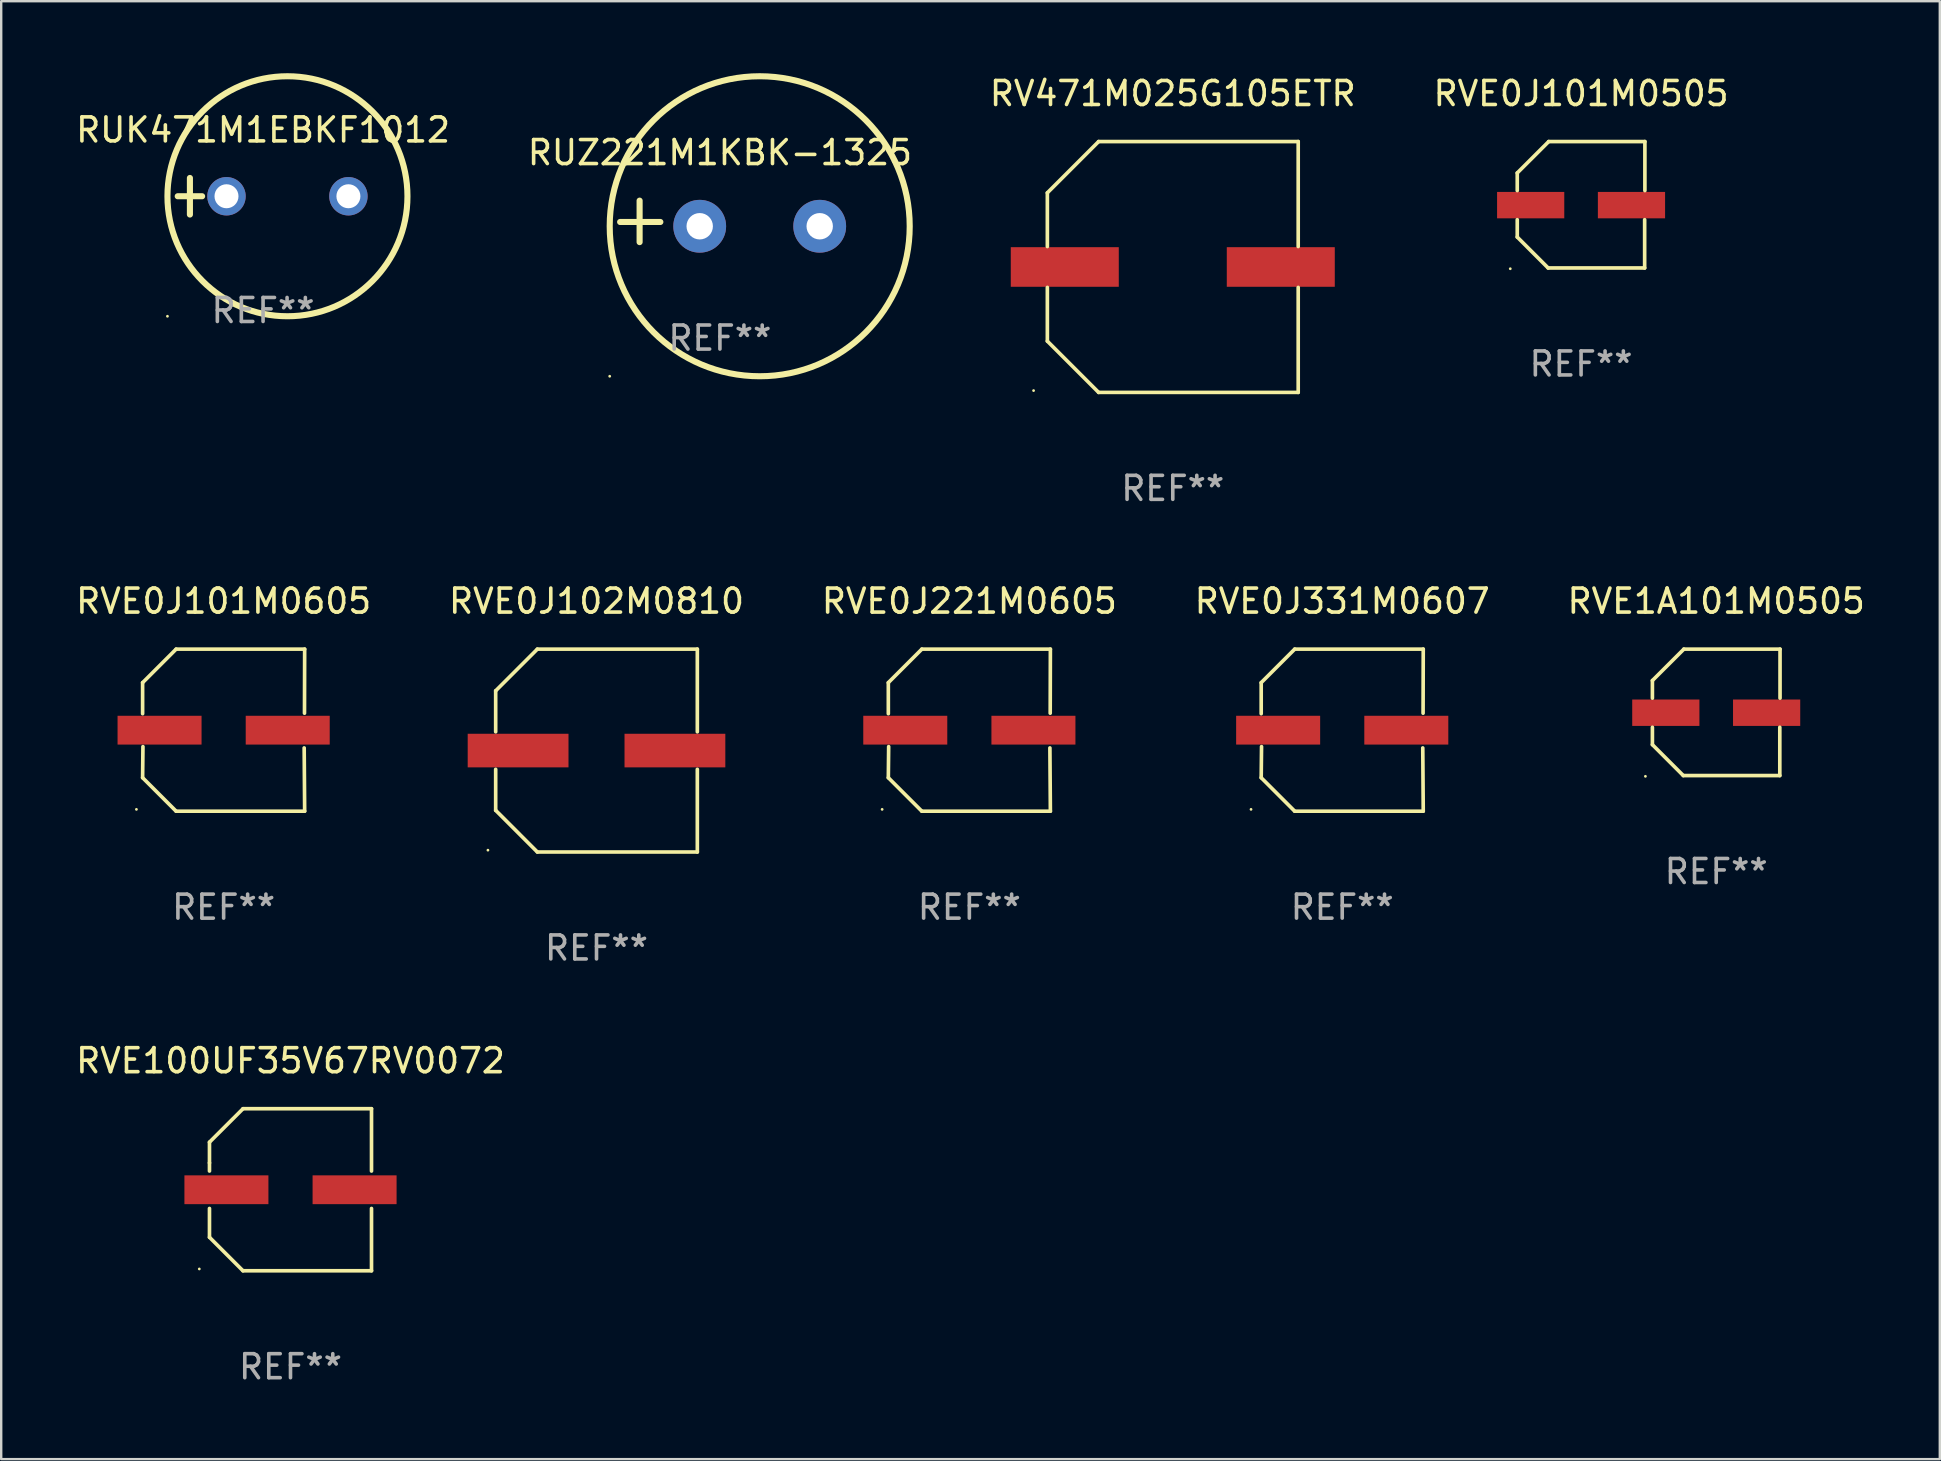
<source format=kicad_pcb>
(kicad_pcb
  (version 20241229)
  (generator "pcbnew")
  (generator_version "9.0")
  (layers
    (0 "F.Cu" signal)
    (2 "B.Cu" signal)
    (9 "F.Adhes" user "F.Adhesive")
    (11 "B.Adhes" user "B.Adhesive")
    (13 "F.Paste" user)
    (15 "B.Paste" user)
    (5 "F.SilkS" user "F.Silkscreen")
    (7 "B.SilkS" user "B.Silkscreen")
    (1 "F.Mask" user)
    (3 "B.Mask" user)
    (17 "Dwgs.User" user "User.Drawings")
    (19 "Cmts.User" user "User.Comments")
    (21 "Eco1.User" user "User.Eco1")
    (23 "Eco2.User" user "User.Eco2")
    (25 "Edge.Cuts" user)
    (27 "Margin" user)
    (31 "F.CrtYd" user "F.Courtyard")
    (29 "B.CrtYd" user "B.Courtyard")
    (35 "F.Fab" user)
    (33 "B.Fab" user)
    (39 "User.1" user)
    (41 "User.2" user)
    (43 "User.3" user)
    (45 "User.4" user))
  (footprint "RVE0J331M0607"
    (layer "F.Cu")
    (at 52.875 27.373)
    (property "Reference" "RVE0J331M0607" (at 0 -5.376 0) (layer "F.SilkS") (effects (font (size 1 1) (thickness 0.15))))
    (attr through_hole)
    (fp_line (start -3.376 -1.98) (end -3.376 -0.686) (stroke (width 0.152) (type solid)) (layer "F.SilkS"))
    (fp_line (start -3.376 1.981) (end -3.362 0.686) (stroke (width 0.152) (type solid)) (layer "F.SilkS"))
    (fp_line (start -1.981 3.376) (end -3.376 1.981) (stroke (width 0.152) (type solid)) (layer "F.SilkS"))
    (fp_line (start -1.98 -3.376) (end -3.376 -1.98) (stroke (width 0.152) (type solid)) (layer "F.SilkS"))
    (fp_line (start 3.356 0.74) (end 3.376 3.376) (stroke (width 0.152) (type solid)) (layer "F.SilkS"))
    (fp_line (start 3.369 -0.707) (end 3.376 -3.376) (stroke (width 0.152) (type solid)) (layer "F.SilkS"))
    (fp_line (start 3.376 3.376) (end -1.981 3.376) (stroke (width 0.152) (type solid)) (layer "F.SilkS"))
    (fp_line (start 3.376 -3.376) (end -1.98 -3.376) (stroke (width 0.152) (type solid)) (layer "F.SilkS"))
    (fp_circle (center -3.8 3.3) (end -3.77 3.3) (stroke (width 0.06) (type solid)) (fill no) (layer "F.SilkS"))
    (fp_text user "REF**" (at 0 7.376 0) (layer "F.Fab") (effects (font (size 1 1) (thickness 0.15))))
    (pad "1" smd rect (at -2.67 0.000203) (size 3.5 1.2) (layers "F.Cu" "F.Mask" "F.Paste"))
    (pad "2" smd rect (at 2.67 0.000203) (size 3.5 1.2) (layers "F.Cu" "F.Mask" "F.Paste")))
  (footprint "RVE100UF35V67RV0072"
    (layer "F.Cu")
    (at 9.054 46.522)
    (property "Reference" "RVE100UF35V67RV0072" (at 0 -5.376 0) (layer "F.SilkS") (effects (font (size 1 1) (thickness 0.15))))
    (attr through_hole)
    (fp_line (start -3.376 -1.981) (end -3.376 -1.12) (stroke (width 0.152) (type solid)) (layer "F.SilkS"))
    (fp_line (start -3.376 -1.12) (end -3.376 -0.78) (stroke (width 0.152) (type solid)) (layer "F.SilkS"))
    (fp_line (start -3.376 0.78) (end -3.376 1.981) (stroke (width 0.152) (type solid)) (layer "F.SilkS"))
    (fp_line (start -1.981 3.376) (end -3.375 1.981) (stroke (width 0.152) (type solid)) (layer "F.SilkS"))
    (fp_line (start -1.979 -3.376) (end -3.376 -1.981) (stroke (width 0.152) (type solid)) (layer "F.SilkS"))
    (fp_line (start 3.375 -3.376) (end -1.979 -3.376) (stroke (width 0.152) (type solid)) (layer "F.SilkS"))
    (fp_line (start 3.375 -3.376) (end 3.375 -0.78) (stroke (width 0.152) (type solid)) (layer "F.SilkS"))
    (fp_line (start 3.375 0.78) (end 3.375 3.376) (stroke (width 0.152) (type solid)) (layer "F.SilkS"))
    (fp_line (start 3.376 3.376) (end -1.981 3.376) (stroke (width 0.152) (type solid)) (layer "F.SilkS"))
    (fp_circle (center -3.8 3.3) (end -3.77 3.3) (stroke (width 0.06) (type solid)) (fill no) (layer "F.SilkS"))
    (fp_text user "REF**" (at 0 7.376 0) (layer "F.Fab") (effects (font (size 1 1) (thickness 0.15))))
    (pad "1" smd rect (at -2.67 0.000064) (size 3.5 1.2) (layers "F.Cu" "F.Mask" "F.Paste"))
    (pad "2" smd rect (at 2.67 0.000064) (size 3.5 1.2) (layers "F.Cu" "F.Mask" "F.Paste")))
  (footprint "RVE0J101M0505"
    (layer "F.Cu")
    (at 62.827 5.482)
    (property "Reference" "RVE0J101M0505" (at 0 -4.634 0) (layer "F.SilkS") (effects (font (size 1 1) (thickness 0.15))))
    (attr through_hole)
    (fp_line (start -2.659 -1.326) (end -2.659 -0.592) (stroke (width 0.152) (type solid)) (layer "F.SilkS"))
    (fp_line (start -2.659 1.346) (end -2.659 0.622) (stroke (width 0.152) (type solid)) (layer "F.SilkS"))
    (fp_line (start -1.372 2.634) (end -2.659 1.346) (stroke (width 0.152) (type solid)) (layer "F.SilkS"))
    (fp_line (start -1.349 -2.634) (end -2.659 -1.326) (stroke (width 0.152) (type solid)) (layer "F.SilkS"))
    (fp_line (start 2.649 0.622) (end 2.649 2.634) (stroke (width 0.152) (type solid)) (layer "F.SilkS"))
    (fp_line (start 2.649 2.634) (end -1.372 2.634) (stroke (width 0.152) (type solid)) (layer "F.SilkS"))
    (fp_line (start 2.659 -2.634) (end -1.349 -2.634) (stroke (width 0.152) (type solid)) (layer "F.SilkS"))
    (fp_line (start 2.659 -0.592) (end 2.659 -2.634) (stroke (width 0.152) (type solid)) (layer "F.SilkS"))
    (fp_circle (center -2.95 2.665) (end -2.92 2.665) (stroke (width 0.06) (type solid)) (fill no) (layer "F.SilkS"))
    (fp_text user "REF**" (at 0 6.634 0) (layer "F.Fab") (effects (font (size 1 1) (thickness 0.15))))
    (pad "1" smd rect (at -2.1 0.015) (size 2.8 1.1) (layers "F.Cu" "F.Mask" "F.Paste"))
    (pad "2" smd rect (at 2.1 0.015) (size 2.8 1.1) (layers "F.Cu" "F.Mask" "F.Paste")))
  (footprint "RUK471M1EBKF1012"
    (layer "F.Cu")
    (at 7.911 5.127)
    (property "Reference" "RUK471M1EBKF1012" (at 0 -2.762 0) (layer "F.SilkS") (effects (font (size 1 1) (thickness 0.15))))
    (attr through_hole)
    (fp_line (start -3.556 0) (end -2.54 0) (stroke (width 0.254) (type solid)) (layer "F.SilkS"))
    (fp_line (start -3.048 -0.762) (end -3.048 0.762) (stroke (width 0.254) (type solid)) (layer "F.SilkS"))
    (fp_circle (center -3.984 5) (end -3.954 5) (stroke (width 0.06) (type solid)) (fill no) (layer "F.SilkS"))
    (fp_circle (center 1.016 0) (end 6.016 0) (stroke (width 0.254) (type solid)) (fill no) (layer "F.SilkS"))
    (fp_text user "REF**" (at 0 4.762 0) (layer "F.Fab") (effects (font (size 1 1) (thickness 0.15))))
    (pad "1" thru_hole circle (at -1.524 0) (size 1.6 1.6) (drill 1) (layers "*.Cu" "*.Mask"))
    (pad "2" thru_hole circle (at 3.556 0) (size 1.6 1.6) (drill 1) (layers "*.Cu" "*.Mask")))
  (footprint "RVE1A101M0505"
    (layer "F.Cu")
    (at 68.458 26.631)
    (property "Reference" "RVE1A101M0505" (at 0 -4.634 0) (layer "F.SilkS") (effects (font (size 1 1) (thickness 0.15))))
    (attr through_hole)
    (fp_line (start -2.659 -1.326) (end -2.659 -0.592) (stroke (width 0.152) (type solid)) (layer "F.SilkS"))
    (fp_line (start -2.659 1.346) (end -2.659 0.622) (stroke (width 0.152) (type solid)) (layer "F.SilkS"))
    (fp_line (start -1.372 2.634) (end -2.659 1.346) (stroke (width 0.152) (type solid)) (layer "F.SilkS"))
    (fp_line (start -1.349 -2.634) (end -2.659 -1.326) (stroke (width 0.152) (type solid)) (layer "F.SilkS"))
    (fp_line (start 2.649 0.622) (end 2.649 2.634) (stroke (width 0.152) (type solid)) (layer "F.SilkS"))
    (fp_line (start 2.649 2.634) (end -1.372 2.634) (stroke (width 0.152) (type solid)) (layer "F.SilkS"))
    (fp_line (start 2.659 -2.634) (end -1.349 -2.634) (stroke (width 0.152) (type solid)) (layer "F.SilkS"))
    (fp_line (start 2.659 -0.592) (end 2.659 -2.634) (stroke (width 0.152) (type solid)) (layer "F.SilkS"))
    (fp_circle (center -2.95 2.665) (end -2.92 2.665) (stroke (width 0.06) (type solid)) (fill no) (layer "F.SilkS"))
    (fp_text user "REF**" (at 0 6.634 0) (layer "F.Fab") (effects (font (size 1 1) (thickness 0.15))))
    (pad "1" smd rect (at -2.1 0.015) (size 2.8 1.1) (layers "F.Cu" "F.Mask" "F.Paste"))
    (pad "2" smd rect (at 2.1 0.015) (size 2.8 1.1) (layers "F.Cu" "F.Mask" "F.Paste")))
  (footprint "RVE0J101M0605"
    (layer "F.Cu")
    (at 6.268 27.373)
    (property "Reference" "RVE0J101M0605" (at 0 -5.376 0) (layer "F.SilkS") (effects (font (size 1 1) (thickness 0.15))))
    (attr through_hole)
    (fp_line (start -3.376 -1.98) (end -3.376 -0.686) (stroke (width 0.152) (type solid)) (layer "F.SilkS"))
    (fp_line (start -3.376 1.981) (end -3.362 0.686) (stroke (width 0.152) (type solid)) (layer "F.SilkS"))
    (fp_line (start -1.981 3.376) (end -3.376 1.981) (stroke (width 0.152) (type solid)) (layer "F.SilkS"))
    (fp_line (start -1.98 -3.376) (end -3.376 -1.98) (stroke (width 0.152) (type solid)) (layer "F.SilkS"))
    (fp_line (start 3.356 0.74) (end 3.376 3.376) (stroke (width 0.152) (type solid)) (layer "F.SilkS"))
    (fp_line (start 3.369 -0.707) (end 3.376 -3.376) (stroke (width 0.152) (type solid)) (layer "F.SilkS"))
    (fp_line (start 3.376 3.376) (end -1.981 3.376) (stroke (width 0.152) (type solid)) (layer "F.SilkS"))
    (fp_line (start 3.376 -3.376) (end -1.98 -3.376) (stroke (width 0.152) (type solid)) (layer "F.SilkS"))
    (fp_circle (center -3.634 3.3) (end -3.604 3.3) (stroke (width 0.06) (type solid)) (fill no) (layer "F.SilkS"))
    (fp_text user "REF**" (at 0 7.376 0) (layer "F.Fab") (effects (font (size 1 1) (thickness 0.15))))
    (pad "1" smd rect (at -2.67 0.000254) (size 3.5 1.2) (layers "F.Cu" "F.Mask" "F.Paste"))
    (pad "2" smd rect (at 2.67 0.000254) (size 3.5 1.2) (layers "F.Cu" "F.Mask" "F.Paste")))
  (footprint "RVE0J221M0605"
    (layer "F.Cu")
    (at 37.339 27.373)
    (property "Reference" "RVE0J221M0605" (at 0 -5.376 0) (layer "F.SilkS") (effects (font (size 1 1) (thickness 0.15))))
    (attr through_hole)
    (fp_line (start -3.376 -1.98) (end -3.376 -0.686) (stroke (width 0.152) (type solid)) (layer "F.SilkS"))
    (fp_line (start -3.376 1.981) (end -3.362 0.686) (stroke (width 0.152) (type solid)) (layer "F.SilkS"))
    (fp_line (start -1.981 3.376) (end -3.376 1.981) (stroke (width 0.152) (type solid)) (layer "F.SilkS"))
    (fp_line (start -1.98 -3.376) (end -3.376 -1.98) (stroke (width 0.152) (type solid)) (layer "F.SilkS"))
    (fp_line (start 3.356 0.74) (end 3.376 3.376) (stroke (width 0.152) (type solid)) (layer "F.SilkS"))
    (fp_line (start 3.369 -0.707) (end 3.376 -3.376) (stroke (width 0.152) (type solid)) (layer "F.SilkS"))
    (fp_line (start 3.376 3.376) (end -1.981 3.376) (stroke (width 0.152) (type solid)) (layer "F.SilkS"))
    (fp_line (start 3.376 -3.376) (end -1.98 -3.376) (stroke (width 0.152) (type solid)) (layer "F.SilkS"))
    (fp_circle (center -3.634 3.3) (end -3.604 3.3) (stroke (width 0.06) (type solid)) (fill no) (layer "F.SilkS"))
    (fp_text user "REF**" (at 0 7.376 0) (layer "F.Fab") (effects (font (size 1 1) (thickness 0.15))))
    (pad "1" smd rect (at -2.67 0.000254) (size 3.5 1.2) (layers "F.Cu" "F.Mask" "F.Paste"))
    (pad "2" smd rect (at 2.67 0.000254) (size 3.5 1.2) (layers "F.Cu" "F.Mask" "F.Paste")))
  (footprint "RUZ221M1KBK-1325"
    (layer "F.Cu")
    (at 26.946 6.174)
    (property "Reference" "RUZ221M1KBK-1325" (at 0 -2.864 0) (layer "F.SilkS") (effects (font (size 1 1) (thickness 0.15))))
    (attr through_hole)
    (fp_line (start -3.346 0.864) (end -3.346 -0.864) (stroke (width 0.254) (type solid)) (layer "F.SilkS"))
    (fp_line (start -2.482 0.025) (end -4.158 0.025) (stroke (width 0.254) (type solid)) (layer "F.SilkS"))
    (fp_circle (center -4.592 6.453) (end -4.562 6.453) (stroke (width 0.06) (type solid)) (fill no) (layer "F.SilkS"))
    (fp_circle (center 1.658 0.203) (end 7.908 0.203) (stroke (width 0.254) (type solid)) (fill no) (layer "F.SilkS"))
    (fp_text user "REF**" (at 0 4.864 0) (layer "F.Fab") (effects (font (size 1 1) (thickness 0.15))))
    (pad "1" thru_hole circle (at -0.842 0.203) (size 2.2 2.2) (drill 1.1) (layers "*.Cu" "*.Mask"))
    (pad "2" thru_hole circle (at 4.158 0.203) (size 2.2 2.2) (drill 1.1) (layers "*.Cu" "*.Mask")))
  (footprint "RV471M025G105ETR"
    (layer "F.Cu")
    (at 45.815 8.074)
    (property "Reference" "RV471M025G105ETR" (at 0 -7.226 0) (layer "F.SilkS") (effects (font (size 1 1) (thickness 0.15))))
    (attr through_hole)
    (fp_line (start -5.226 -3.09) (end -5.226 -0.852) (stroke (width 0.152) (type solid)) (layer "F.SilkS"))
    (fp_line (start -5.226 3.09) (end -5.226 0.852) (stroke (width 0.152) (type solid)) (layer "F.SilkS"))
    (fp_line (start -3.09 -5.226) (end -5.226 -3.09) (stroke (width 0.152) (type solid)) (layer "F.SilkS"))
    (fp_line (start -3.09 5.226) (end -5.226 3.09) (stroke (width 0.152) (type solid)) (layer "F.SilkS"))
    (fp_line (start 5.226 -5.226) (end -3.09 -5.226) (stroke (width 0.152) (type solid)) (layer "F.SilkS"))
    (fp_line (start 5.226 -0.852) (end 5.226 -5.226) (stroke (width 0.152) (type solid)) (layer "F.SilkS"))
    (fp_line (start 5.226 0.852) (end 5.226 5.226) (stroke (width 0.152) (type solid)) (layer "F.SilkS"))
    (fp_line (start 5.226 5.226) (end -3.09 5.226) (stroke (width 0.152) (type solid)) (layer "F.SilkS"))
    (fp_circle (center -5.8 5.15) (end -5.77 5.15) (stroke (width 0.06) (type solid)) (fill no) (layer "F.SilkS"))
    (fp_text user "REF**" (at 0 9.226 0) (layer "F.Fab") (effects (font (size 1 1) (thickness 0.15))))
    (pad "1" smd rect (at -4.5 0) (size 4.5 1.65) (layers "F.Cu" "F.Mask" "F.Paste"))
    (pad "2" smd rect (at 4.5 0) (size 4.5 1.65) (layers "F.Cu" "F.Mask" "F.Paste")))
  (footprint "RVE0J102M0810"
    (layer "F.Cu")
    (at 21.804 28.223)
    (property "Reference" "RVE0J102M0810" (at 0 -6.226 0) (layer "F.SilkS") (effects (font (size 1 1) (thickness 0.15))))
    (attr through_hole)
    (fp_line (start -4.201 -2.49) (end -4.201 -0.782) (stroke (width 0.152) (type solid)) (layer "F.SilkS"))
    (fp_line (start -4.201 2.49) (end -4.201 0.782) (stroke (width 0.152) (type solid)) (layer "F.SilkS"))
    (fp_line (start -2.465 -4.226) (end -4.201 -2.49) (stroke (width 0.152) (type solid)) (layer "F.SilkS"))
    (fp_line (start -2.465 4.226) (end -4.201 2.49) (stroke (width 0.152) (type solid)) (layer "F.SilkS"))
    (fp_line (start 4.201 -4.226) (end -2.465 -4.226) (stroke (width 0.152) (type solid)) (layer "F.SilkS"))
    (fp_line (start 4.201 -0.782) (end 4.201 -4.226) (stroke (width 0.152) (type solid)) (layer "F.SilkS"))
    (fp_line (start 4.201 0.782) (end 4.201 4.226) (stroke (width 0.152) (type solid)) (layer "F.SilkS"))
    (fp_line (start 4.201 4.226) (end -2.465 4.226) (stroke (width 0.152) (type solid)) (layer "F.SilkS"))
    (fp_circle (center -4.524 4.15) (end -4.494 4.15) (stroke (width 0.06) (type solid)) (fill no) (layer "F.SilkS"))
    (fp_text user "REF**" (at 0 8.226 0) (layer "F.Fab") (effects (font (size 1 1) (thickness 0.15))))
    (pad "1" smd rect (at -3.267 0) (size 4.2 1.4) (layers "F.Cu" "F.Mask" "F.Paste"))
    (pad "2" smd rect (at 3.267 0) (size 4.2 1.4) (layers "F.Cu" "F.Mask" "F.Paste")))
  (gr_rect
    (start -3 -3)
    (end 77.774 57.746)
    (stroke (width 0.1) (type default))
    (fill no)
    (layer "Edge.Cuts")))
</source>
